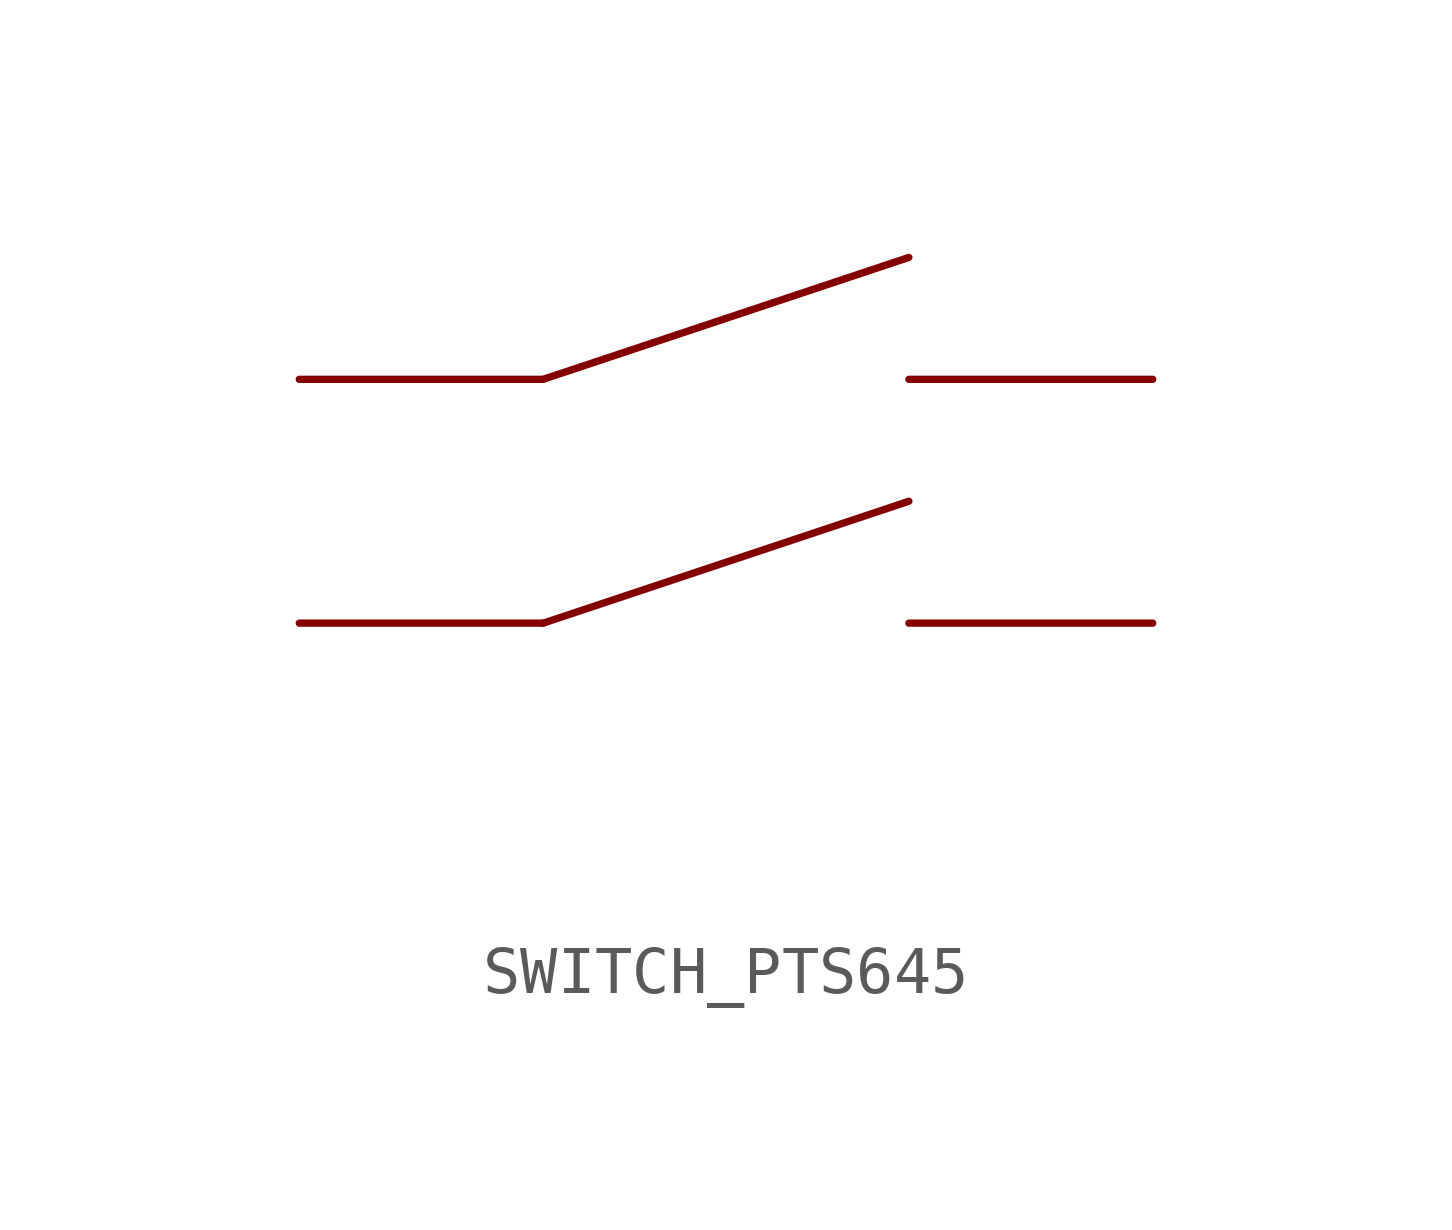
<source format=kicad_sym>
(kicad_symbol_lib
  (version 20231120)
  (generator "kicad_symbol_editor")
  (generator_version "8.0")
  (symbol "SWITCH_PTS645"
    (property "Reference" ""
      (at -20.32 12.7 0)
      (effects (font (size 1.27 1.079)) (justify left bottom) (hide yes)))
    (property "Value" ""
      (at -20.32 0 0)
      (effects (font (size 1.27 1.079)) (justify left bottom)))
    (property "ki_locked" ""
      (at 0 0 0)
      (effects (font (size 1.27 1.27))))
    (symbol "SWITCH_PTS645_1_0"
      (polyline (pts (xy -15.24 5.08) (xy -7.62 7.62)) (stroke (width 0.152) (type solid)) (fill (type none)))
      (polyline (pts (xy -15.24 10.16) (xy -7.62 12.7)) (stroke (width 0.152) (type solid)) (fill (type none)))
      (pin bidirectional line (at -20.32 5.08 0) (length 5.08) (name "A1" (effects (font (size 0 0)))) (number "A1" (effects (font (size 0 0)))))
      (pin bidirectional line (at -20.32 10.16 0) (length 5.08) (name "A2" (effects (font (size 0 0)))) (number "A2" (effects (font (size 0 0)))))
      (pin bidirectional line (at -2.54 5.08 180) (length 5.08) (name "B1" (effects (font (size 0 0)))) (number "B1" (effects (font (size 0 0)))))
      (pin bidirectional line (at -2.54 10.16 180) (length 5.08) (name "B2" (effects (font (size 0 0)))) (number "B2" (effects (font (size 0 0))))))))
</source>
